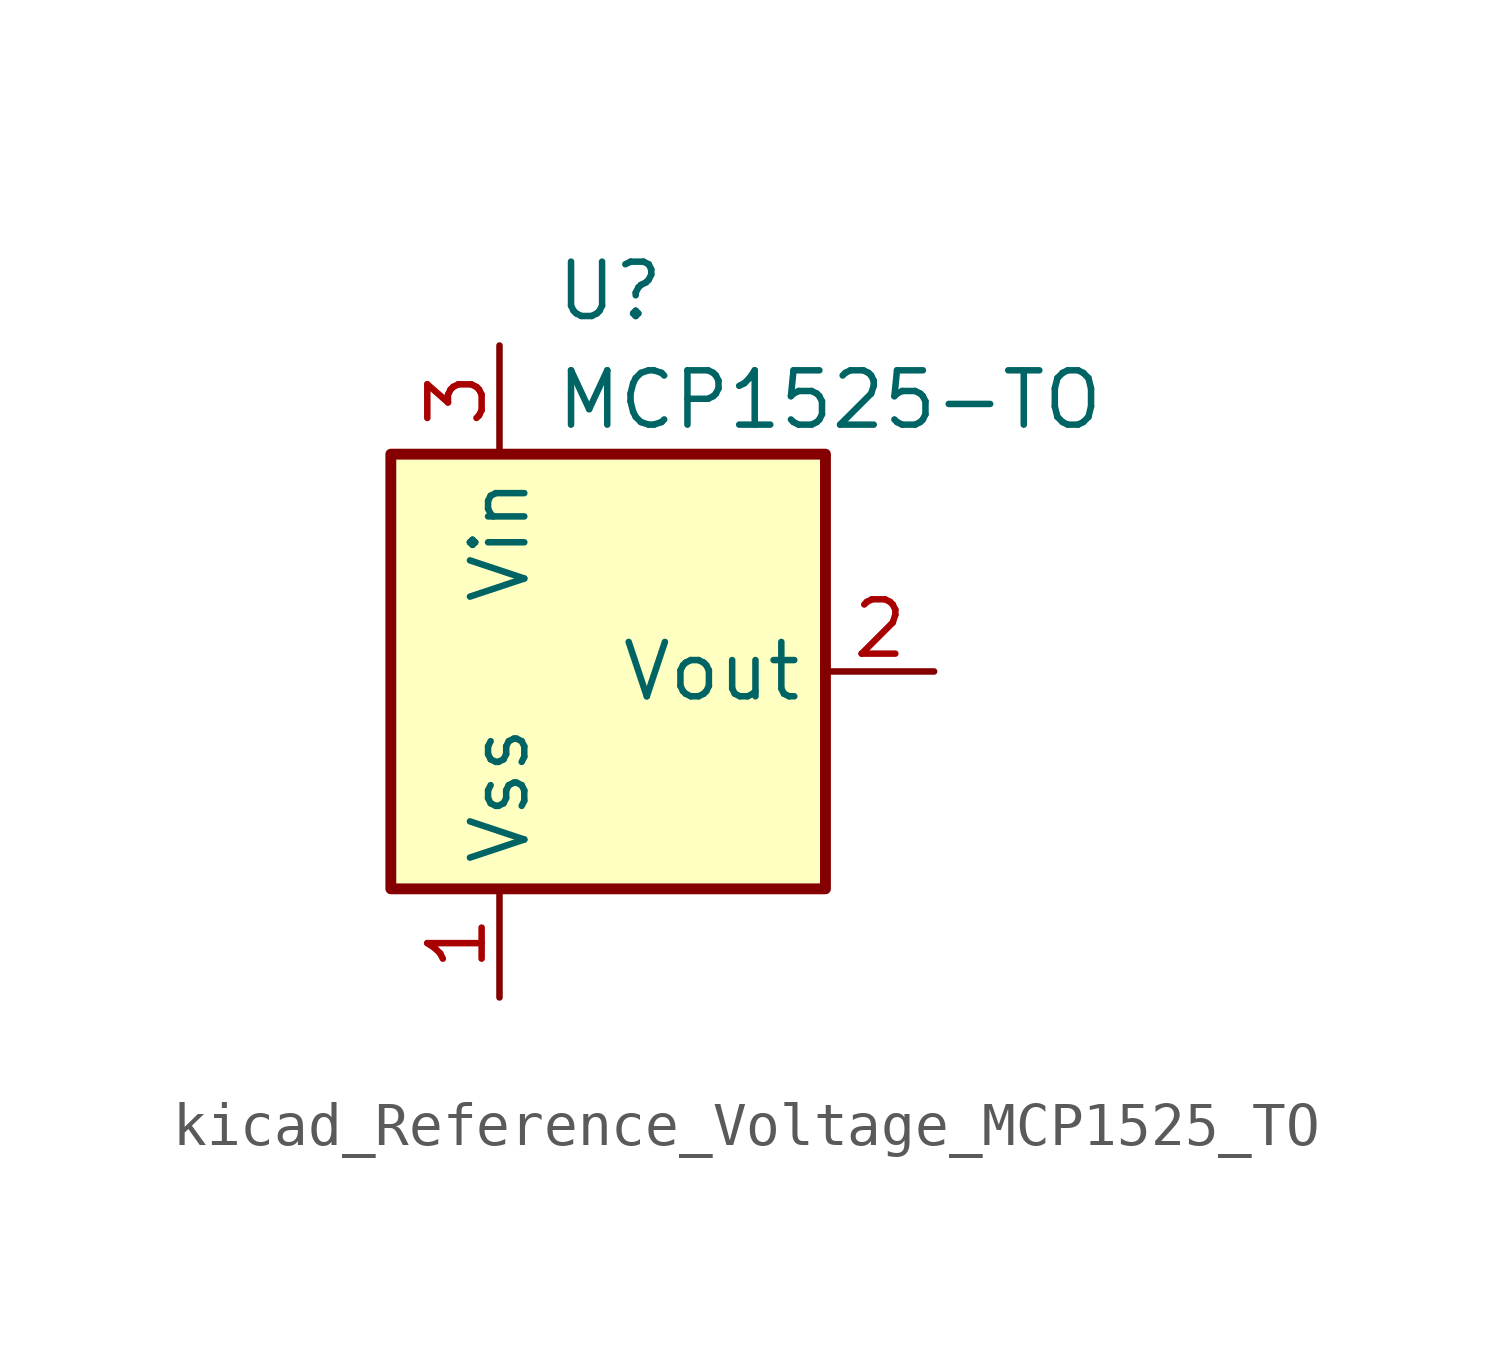
<source format=kicad_sym>
(kicad_symbol_lib
  (version 20220914)
  (generator kicad_symbol_editor)
  (symbol "kicad_Reference_Voltage_MCP1525_TO"
    (property "Reference" "U"
      (at 1.27 8.89 0)
      (effects (font (size 1.27 1.27)) (justify left)))
    (property "Value" "MCP1525-TO"
      (at 1.27 6.35 0)
      (effects (font (size 1.27 1.27)) (justify left)))
    (symbol "kicad_Reference_Voltage_MCP1525_TO_0_1"
      (rectangle (start -2.54 5.08) (end 7.62 -5.08) (stroke (width 0.254) (type default)) (fill (type background))))
    (symbol "kicad_Reference_Voltage_MCP1525_TO_1_1"
      (pin power_in line (at 0 -7.62 90) (length 2.54) (name "Vss" (effects (font (size 1.27 1.27)))) (number "1" (effects (font (size 1.27 1.27)))))
      (pin power_out line (at 10.16 0 180) (length 2.54) (name "Vout" (effects (font (size 1.27 1.27)))) (number "2" (effects (font (size 1.27 1.27)))))
      (pin power_in line (at 0 7.62 270) (length 2.54) (name "Vin" (effects (font (size 1.27 1.27)))) (number "3" (effects (font (size 1.27 1.27))))))))
</source>
